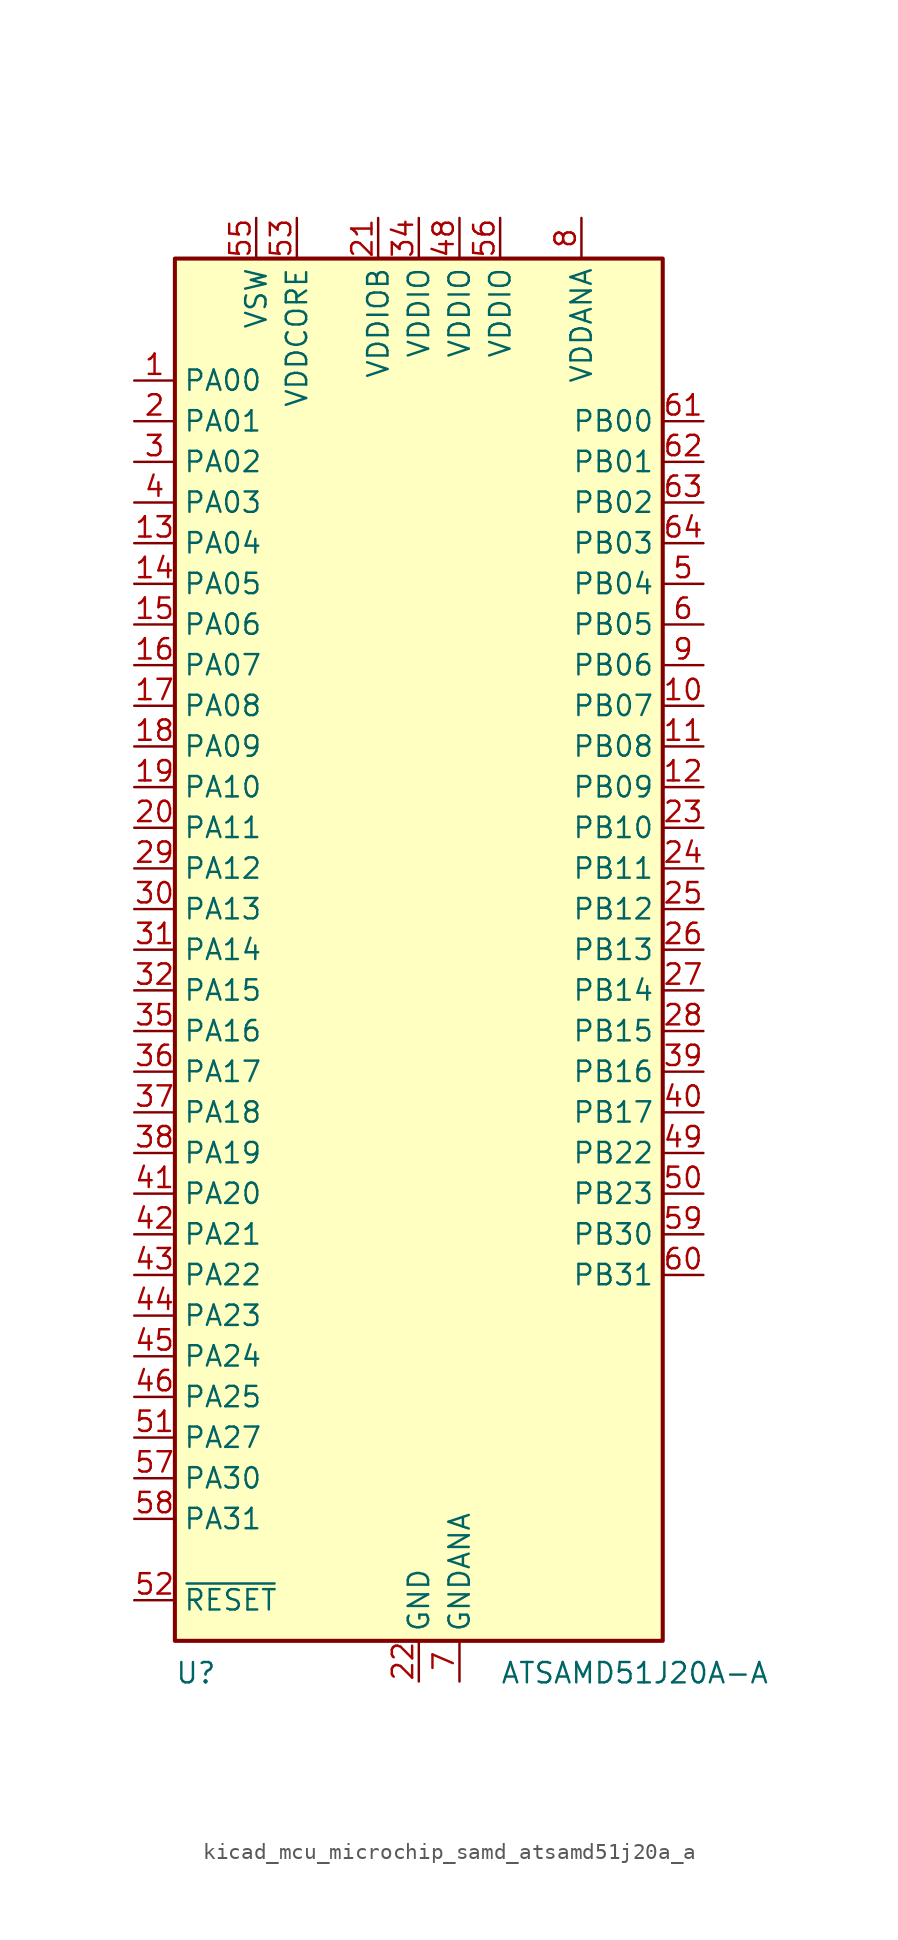
<source format=kicad_sym>
(kicad_symbol_lib
  (version 20220914)
  (generator kicad_symbol_editor)
  (symbol "kicad_mcu_microchip_samd_atsamd51j20a_a"
    (property "Reference" "U"
      (at -15.24 -44.45 0)
      (effects (font (size 1.27 1.27)) (justify left top)))
    (property "Value" "ATSAMD51J20A-A"
      (at 5.08 -44.45 0)
      (effects (font (size 1.27 1.27)) (justify left top)))
    (symbol "kicad_mcu_microchip_samd_atsamd51j20a_a_0_1"
      (rectangle (start -15.24 43.18) (end 15.24 -43.18) (stroke (width 0.254) (type default)) (fill (type background))))
    (symbol "kicad_mcu_microchip_samd_atsamd51j20a_a_1_0"
      (pin bidirectional line (at 17.78 25.4 180) (length 2.54) (name "PB03" (effects (font (size 1.27 1.27)))) (number "64" (effects (font (size 1.27 1.27))))))
    (symbol "kicad_mcu_microchip_samd_atsamd51j20a_a_1_1"
      (pin bidirectional line (at -17.78 35.56 0) (length 2.54) (name "PA00" (effects (font (size 1.27 1.27)))) (number "1" (effects (font (size 1.27 1.27)))))
      (pin bidirectional line (at 17.78 15.24 180) (length 2.54) (name "PB07" (effects (font (size 1.27 1.27)))) (number "10" (effects (font (size 1.27 1.27)))))
      (pin bidirectional line (at 17.78 12.7 180) (length 2.54) (name "PB08" (effects (font (size 1.27 1.27)))) (number "11" (effects (font (size 1.27 1.27)))))
      (pin bidirectional line (at 17.78 10.16 180) (length 2.54) (name "PB09" (effects (font (size 1.27 1.27)))) (number "12" (effects (font (size 1.27 1.27)))))
      (pin bidirectional line (at -17.78 25.4 0) (length 2.54) (name "PA04" (effects (font (size 1.27 1.27)))) (number "13" (effects (font (size 1.27 1.27)))))
      (pin bidirectional line (at -17.78 22.86 0) (length 2.54) (name "PA05" (effects (font (size 1.27 1.27)))) (number "14" (effects (font (size 1.27 1.27)))))
      (pin bidirectional line (at -17.78 20.32 0) (length 2.54) (name "PA06" (effects (font (size 1.27 1.27)))) (number "15" (effects (font (size 1.27 1.27)))))
      (pin bidirectional line (at -17.78 17.78 0) (length 2.54) (name "PA07" (effects (font (size 1.27 1.27)))) (number "16" (effects (font (size 1.27 1.27)))))
      (pin bidirectional line (at -17.78 15.24 0) (length 2.54) (name "PA08" (effects (font (size 1.27 1.27)))) (number "17" (effects (font (size 1.27 1.27)))))
      (pin bidirectional line (at -17.78 12.7 0) (length 2.54) (name "PA09" (effects (font (size 1.27 1.27)))) (number "18" (effects (font (size 1.27 1.27)))))
      (pin bidirectional line (at -17.78 10.16 0) (length 2.54) (name "PA10" (effects (font (size 1.27 1.27)))) (number "19" (effects (font (size 1.27 1.27)))))
      (pin bidirectional line (at -17.78 33.02 0) (length 2.54) (name "PA01" (effects (font (size 1.27 1.27)))) (number "2" (effects (font (size 1.27 1.27)))))
      (pin bidirectional line (at -17.78 7.62 0) (length 2.54) (name "PA11" (effects (font (size 1.27 1.27)))) (number "20" (effects (font (size 1.27 1.27)))))
      (pin power_in line (at -2.54 45.72 270) (length 2.54) (name "VDDIOB" (effects (font (size 1.27 1.27)))) (number "21" (effects (font (size 1.27 1.27)))))
      (pin power_in line (at 0 -45.72 90) (length 2.54) (name "GND" (effects (font (size 1.27 1.27)))) (number "22" (effects (font (size 1.27 1.27)))))
      (pin bidirectional line (at 17.78 7.62 180) (length 2.54) (name "PB10" (effects (font (size 1.27 1.27)))) (number "23" (effects (font (size 1.27 1.27)))))
      (pin bidirectional line (at 17.78 5.08 180) (length 2.54) (name "PB11" (effects (font (size 1.27 1.27)))) (number "24" (effects (font (size 1.27 1.27)))))
      (pin bidirectional line (at 17.78 2.54 180) (length 2.54) (name "PB12" (effects (font (size 1.27 1.27)))) (number "25" (effects (font (size 1.27 1.27)))))
      (pin bidirectional line (at 17.78 0 180) (length 2.54) (name "PB13" (effects (font (size 1.27 1.27)))) (number "26" (effects (font (size 1.27 1.27)))))
      (pin bidirectional line (at 17.78 -2.54 180) (length 2.54) (name "PB14" (effects (font (size 1.27 1.27)))) (number "27" (effects (font (size 1.27 1.27)))))
      (pin bidirectional line (at 17.78 -5.08 180) (length 2.54) (name "PB15" (effects (font (size 1.27 1.27)))) (number "28" (effects (font (size 1.27 1.27)))))
      (pin bidirectional line (at -17.78 5.08 0) (length 2.54) (name "PA12" (effects (font (size 1.27 1.27)))) (number "29" (effects (font (size 1.27 1.27)))))
      (pin bidirectional line (at -17.78 30.48 0) (length 2.54) (name "PA02" (effects (font (size 1.27 1.27)))) (number "3" (effects (font (size 1.27 1.27)))))
      (pin bidirectional line (at -17.78 2.54 0) (length 2.54) (name "PA13" (effects (font (size 1.27 1.27)))) (number "30" (effects (font (size 1.27 1.27)))))
      (pin bidirectional line (at -17.78 0 0) (length 2.54) (name "PA14" (effects (font (size 1.27 1.27)))) (number "31" (effects (font (size 1.27 1.27)))))
      (pin bidirectional line (at -17.78 -2.54 0) (length 2.54) (name "PA15" (effects (font (size 1.27 1.27)))) (number "32" (effects (font (size 1.27 1.27)))))
      (pin passive line (at 0 -45.72 90) (length 2.54) hide (name "GND" (effects (font (size 1.27 1.27)))) (number "33" (effects (font (size 1.27 1.27)))))
      (pin power_in line (at 0 45.72 270) (length 2.54) (name "VDDIO" (effects (font (size 1.27 1.27)))) (number "34" (effects (font (size 1.27 1.27)))))
      (pin bidirectional line (at -17.78 -5.08 0) (length 2.54) (name "PA16" (effects (font (size 1.27 1.27)))) (number "35" (effects (font (size 1.27 1.27)))))
      (pin bidirectional line (at -17.78 -7.62 0) (length 2.54) (name "PA17" (effects (font (size 1.27 1.27)))) (number "36" (effects (font (size 1.27 1.27)))))
      (pin bidirectional line (at -17.78 -10.16 0) (length 2.54) (name "PA18" (effects (font (size 1.27 1.27)))) (number "37" (effects (font (size 1.27 1.27)))))
      (pin bidirectional line (at -17.78 -12.7 0) (length 2.54) (name "PA19" (effects (font (size 1.27 1.27)))) (number "38" (effects (font (size 1.27 1.27)))))
      (pin bidirectional line (at 17.78 -7.62 180) (length 2.54) (name "PB16" (effects (font (size 1.27 1.27)))) (number "39" (effects (font (size 1.27 1.27)))))
      (pin bidirectional line (at -17.78 27.94 0) (length 2.54) (name "PA03" (effects (font (size 1.27 1.27)))) (number "4" (effects (font (size 1.27 1.27)))))
      (pin bidirectional line (at 17.78 -10.16 180) (length 2.54) (name "PB17" (effects (font (size 1.27 1.27)))) (number "40" (effects (font (size 1.27 1.27)))))
      (pin bidirectional line (at -17.78 -15.24 0) (length 2.54) (name "PA20" (effects (font (size 1.27 1.27)))) (number "41" (effects (font (size 1.27 1.27)))))
      (pin bidirectional line (at -17.78 -17.78 0) (length 2.54) (name "PA21" (effects (font (size 1.27 1.27)))) (number "42" (effects (font (size 1.27 1.27)))))
      (pin bidirectional line (at -17.78 -20.32 0) (length 2.54) (name "PA22" (effects (font (size 1.27 1.27)))) (number "43" (effects (font (size 1.27 1.27)))))
      (pin bidirectional line (at -17.78 -22.86 0) (length 2.54) (name "PA23" (effects (font (size 1.27 1.27)))) (number "44" (effects (font (size 1.27 1.27)))))
      (pin bidirectional line (at -17.78 -25.4 0) (length 2.54) (name "PA24" (effects (font (size 1.27 1.27)))) (number "45" (effects (font (size 1.27 1.27)))))
      (pin bidirectional line (at -17.78 -27.94 0) (length 2.54) (name "PA25" (effects (font (size 1.27 1.27)))) (number "46" (effects (font (size 1.27 1.27)))))
      (pin passive line (at 0 -45.72 90) (length 2.54) hide (name "GND" (effects (font (size 1.27 1.27)))) (number "47" (effects (font (size 1.27 1.27)))))
      (pin power_in line (at 2.54 45.72 270) (length 2.54) (name "VDDIO" (effects (font (size 1.27 1.27)))) (number "48" (effects (font (size 1.27 1.27)))))
      (pin bidirectional line (at 17.78 -12.7 180) (length 2.54) (name "PB22" (effects (font (size 1.27 1.27)))) (number "49" (effects (font (size 1.27 1.27)))))
      (pin bidirectional line (at 17.78 22.86 180) (length 2.54) (name "PB04" (effects (font (size 1.27 1.27)))) (number "5" (effects (font (size 1.27 1.27)))))
      (pin bidirectional line (at 17.78 -15.24 180) (length 2.54) (name "PB23" (effects (font (size 1.27 1.27)))) (number "50" (effects (font (size 1.27 1.27)))))
      (pin bidirectional line (at -17.78 -30.48 0) (length 2.54) (name "PA27" (effects (font (size 1.27 1.27)))) (number "51" (effects (font (size 1.27 1.27)))))
      (pin input line (at -17.78 -40.64 0) (length 2.54) (name "~{RESET}" (effects (font (size 1.27 1.27)))) (number "52" (effects (font (size 1.27 1.27)))))
      (pin power_out line (at -7.62 45.72 270) (length 2.54) (name "VDDCORE" (effects (font (size 1.27 1.27)))) (number "53" (effects (font (size 1.27 1.27)))))
      (pin passive line (at 0 -45.72 90) (length 2.54) hide (name "GND" (effects (font (size 1.27 1.27)))) (number "54" (effects (font (size 1.27 1.27)))))
      (pin power_in line (at -10.16 45.72 270) (length 2.54) (name "VSW" (effects (font (size 1.27 1.27)))) (number "55" (effects (font (size 1.27 1.27)))))
      (pin power_in line (at 5.08 45.72 270) (length 2.54) (name "VDDIO" (effects (font (size 1.27 1.27)))) (number "56" (effects (font (size 1.27 1.27)))))
      (pin bidirectional line (at -17.78 -33.02 0) (length 2.54) (name "PA30" (effects (font (size 1.27 1.27)))) (number "57" (effects (font (size 1.27 1.27)))))
      (pin bidirectional line (at -17.78 -35.56 0) (length 2.54) (name "PA31" (effects (font (size 1.27 1.27)))) (number "58" (effects (font (size 1.27 1.27)))))
      (pin bidirectional line (at 17.78 -17.78 180) (length 2.54) (name "PB30" (effects (font (size 1.27 1.27)))) (number "59" (effects (font (size 1.27 1.27)))))
      (pin bidirectional line (at 17.78 20.32 180) (length 2.54) (name "PB05" (effects (font (size 1.27 1.27)))) (number "6" (effects (font (size 1.27 1.27)))))
      (pin bidirectional line (at 17.78 -20.32 180) (length 2.54) (name "PB31" (effects (font (size 1.27 1.27)))) (number "60" (effects (font (size 1.27 1.27)))))
      (pin bidirectional line (at 17.78 33.02 180) (length 2.54) (name "PB00" (effects (font (size 1.27 1.27)))) (number "61" (effects (font (size 1.27 1.27)))))
      (pin bidirectional line (at 17.78 30.48 180) (length 2.54) (name "PB01" (effects (font (size 1.27 1.27)))) (number "62" (effects (font (size 1.27 1.27)))))
      (pin bidirectional line (at 17.78 27.94 180) (length 2.54) (name "PB02" (effects (font (size 1.27 1.27)))) (number "63" (effects (font (size 1.27 1.27)))))
      (pin power_in line (at 2.54 -45.72 90) (length 2.54) (name "GNDANA" (effects (font (size 1.27 1.27)))) (number "7" (effects (font (size 1.27 1.27)))))
      (pin power_in line (at 10.16 45.72 270) (length 2.54) (name "VDDANA" (effects (font (size 1.27 1.27)))) (number "8" (effects (font (size 1.27 1.27)))))
      (pin bidirectional line (at 17.78 17.78 180) (length 2.54) (name "PB06" (effects (font (size 1.27 1.27)))) (number "9" (effects (font (size 1.27 1.27))))))))
</source>
